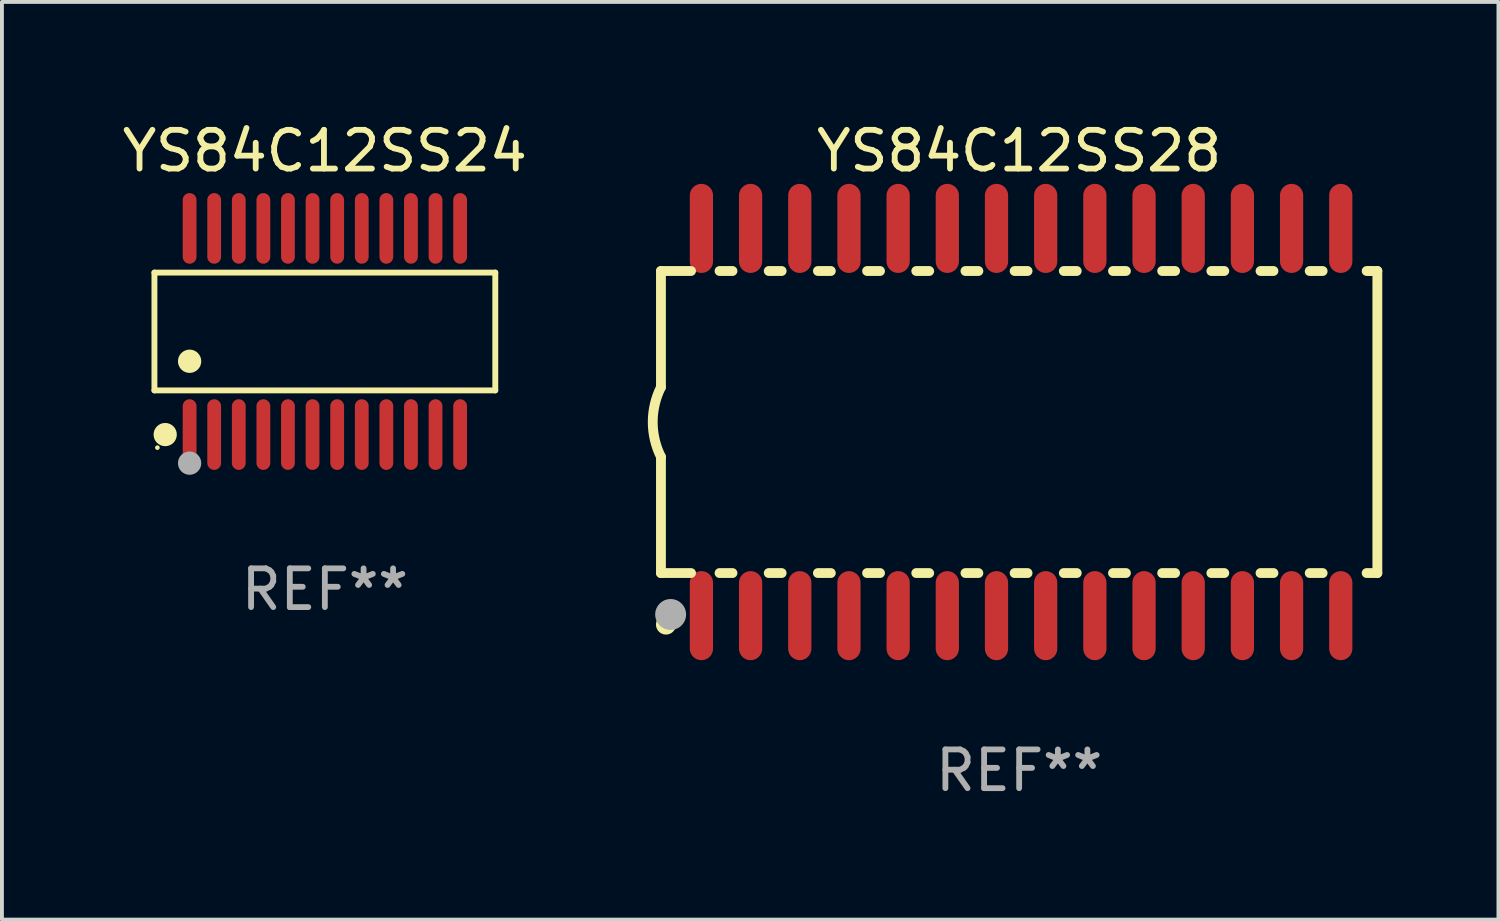
<source format=kicad_pcb>
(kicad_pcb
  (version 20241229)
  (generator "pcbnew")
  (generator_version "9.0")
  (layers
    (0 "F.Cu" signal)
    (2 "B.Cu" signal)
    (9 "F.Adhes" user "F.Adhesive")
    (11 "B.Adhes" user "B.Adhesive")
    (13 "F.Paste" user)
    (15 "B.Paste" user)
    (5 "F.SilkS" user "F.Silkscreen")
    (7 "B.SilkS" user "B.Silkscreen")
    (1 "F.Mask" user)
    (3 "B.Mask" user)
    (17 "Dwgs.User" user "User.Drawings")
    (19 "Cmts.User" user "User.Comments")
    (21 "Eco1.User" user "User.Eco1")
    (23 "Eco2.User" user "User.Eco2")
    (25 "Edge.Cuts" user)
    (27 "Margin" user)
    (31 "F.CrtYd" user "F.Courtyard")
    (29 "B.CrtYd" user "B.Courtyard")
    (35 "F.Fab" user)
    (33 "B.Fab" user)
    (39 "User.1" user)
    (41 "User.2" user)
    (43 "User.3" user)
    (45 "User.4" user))
  (footprint "YS84C12SS28"
    (layer "F.Cu")
    (at 23.268 7.848)
    (property "Reference" "YS84C12SS28" (at 0 -7 0) (layer "F.SilkS") (effects (font (size 1 1) (thickness 0.15))))
    (attr through_hole)
    (fp_line (start -9.25 -3.9) (end -9.25 -0.9) (stroke (width 0.254) (type solid)) (layer "F.SilkS"))
    (fp_line (start -9.25 -3.9) (end -8.473 -3.9) (stroke (width 0.254) (type solid)) (layer "F.SilkS"))
    (fp_line (start -9.25 3.9) (end -9.25 0.9) (stroke (width 0.254) (type solid)) (layer "F.SilkS"))
    (fp_line (start -9.25 3.9) (end -8.473 3.9) (stroke (width 0.254) (type solid)) (layer "F.SilkS"))
    (fp_line (start -7.737 -3.9) (end -7.403 -3.9) (stroke (width 0.254) (type solid)) (layer "F.SilkS"))
    (fp_line (start -7.737 3.9) (end -7.403 3.9) (stroke (width 0.254) (type solid)) (layer "F.SilkS"))
    (fp_line (start -6.467 3.9) (end -6.133 3.9) (stroke (width 0.254) (type solid)) (layer "F.SilkS"))
    (fp_line (start -6.467 -3.9) (end -6.133 -3.9) (stroke (width 0.254) (type solid)) (layer "F.SilkS"))
    (fp_line (start -5.197 3.9) (end -4.863 3.9) (stroke (width 0.254) (type solid)) (layer "F.SilkS"))
    (fp_line (start -5.197 -3.9) (end -4.863 -3.9) (stroke (width 0.254) (type solid)) (layer "F.SilkS"))
    (fp_line (start -3.927 3.9) (end -3.593 3.9) (stroke (width 0.254) (type solid)) (layer "F.SilkS"))
    (fp_line (start -3.927 -3.9) (end -3.593 -3.9) (stroke (width 0.254) (type solid)) (layer "F.SilkS"))
    (fp_line (start -2.657 3.9) (end -2.323 3.9) (stroke (width 0.254) (type solid)) (layer "F.SilkS"))
    (fp_line (start -2.657 -3.9) (end -2.323 -3.9) (stroke (width 0.254) (type solid)) (layer "F.SilkS"))
    (fp_line (start -1.387 3.9) (end -1.053 3.9) (stroke (width 0.254) (type solid)) (layer "F.SilkS"))
    (fp_line (start -1.387 -3.9) (end -1.053 -3.9) (stroke (width 0.254) (type solid)) (layer "F.SilkS"))
    (fp_line (start -0.117 3.9) (end 0.217 3.9) (stroke (width 0.254) (type solid)) (layer "F.SilkS"))
    (fp_line (start -0.117 -3.9) (end 0.217 -3.9) (stroke (width 0.254) (type solid)) (layer "F.SilkS"))
    (fp_line (start 1.153 3.9) (end 1.487 3.9) (stroke (width 0.254) (type solid)) (layer "F.SilkS"))
    (fp_line (start 1.153 -3.9) (end 1.487 -3.9) (stroke (width 0.254) (type solid)) (layer "F.SilkS"))
    (fp_line (start 2.423 3.9) (end 2.757 3.9) (stroke (width 0.254) (type solid)) (layer "F.SilkS"))
    (fp_line (start 2.423 -3.9) (end 2.757 -3.9) (stroke (width 0.254) (type solid)) (layer "F.SilkS"))
    (fp_line (start 3.693 3.9) (end 4.027 3.9) (stroke (width 0.254) (type solid)) (layer "F.SilkS"))
    (fp_line (start 3.693 -3.9) (end 4.027 -3.9) (stroke (width 0.254) (type solid)) (layer "F.SilkS"))
    (fp_line (start 4.963 3.9) (end 5.297 3.9) (stroke (width 0.254) (type solid)) (layer "F.SilkS"))
    (fp_line (start 4.963 -3.9) (end 5.297 -3.9) (stroke (width 0.254) (type solid)) (layer "F.SilkS"))
    (fp_line (start 6.233 3.9) (end 6.567 3.9) (stroke (width 0.254) (type solid)) (layer "F.SilkS"))
    (fp_line (start 6.233 -3.9) (end 6.567 -3.9) (stroke (width 0.254) (type solid)) (layer "F.SilkS"))
    (fp_line (start 7.503 -3.9) (end 7.837 -3.9) (stroke (width 0.254) (type solid)) (layer "F.SilkS"))
    (fp_line (start 7.503 3.9) (end 7.837 3.9) (stroke (width 0.254) (type solid)) (layer "F.SilkS"))
    (fp_line (start 8.973 -3.9) (end 9.05 -3.9) (stroke (width 0.254) (type solid)) (layer "F.SilkS"))
    (fp_line (start 8.973 3.9) (end 9.25 3.9) (stroke (width 0.254) (type solid)) (layer "F.SilkS"))
    (fp_line (start 9.05 -3.9) (end 9.25 -3.9) (stroke (width 0.254) (type solid)) (layer "F.SilkS"))
    (fp_line (start 9.25 -3.9) (end 9.25 3.9) (stroke (width 0.254) (type solid)) (layer "F.SilkS"))
    (fp_arc (start -9.249619 0.900432) (mid -9.462013 0.000246) (end -9.249873 -0.9) (stroke (width 0.254001) (type solid)) (layer "F.SilkS"))
    (fp_circle (center -9.2 5.3) (end -9.17 5.3) (stroke (width 0.06) (type solid)) (fill no) (layer "F.SilkS"))
    (fp_circle (center -9.12 5.23) (end -8.988 5.23) (stroke (width 0.254) (type solid)) (fill no) (layer "F.SilkS"))
    (fp_circle (center -9 4.97) (end -8.8 4.97) (stroke (width 0.4) (type solid)) (fill no) (layer "F.Fab"))
    (fp_text user "REF**" (at 0 9 0) (layer "F.Fab") (effects (font (size 1 1) (thickness 0.15))))
    (pad "1" smd oval (at -8.205 5) (size 0.6 2.3) (layers "F.Cu" "F.Mask" "F.Paste"))
    (pad "2" smd oval (at -6.935 5) (size 0.6 2.3) (layers "F.Cu" "F.Mask" "F.Paste"))
    (pad "3" smd oval (at -5.665 5) (size 0.6 2.3) (layers "F.Cu" "F.Mask" "F.Paste"))
    (pad "4" smd oval (at -4.395 5) (size 0.6 2.3) (layers "F.Cu" "F.Mask" "F.Paste"))
    (pad "5" smd oval (at -3.125 5) (size 0.6 2.3) (layers "F.Cu" "F.Mask" "F.Paste"))
    (pad "6" smd oval (at -1.855 5) (size 0.6 2.3) (layers "F.Cu" "F.Mask" "F.Paste"))
    (pad "7" smd oval (at -0.585 5) (size 0.6 2.3) (layers "F.Cu" "F.Mask" "F.Paste"))
    (pad "8" smd oval (at 0.685 5) (size 0.6 2.3) (layers "F.Cu" "F.Mask" "F.Paste"))
    (pad "9" smd oval (at 1.955 5) (size 0.6 2.3) (layers "F.Cu" "F.Mask" "F.Paste"))
    (pad "10" smd oval (at 3.225 5) (size 0.6 2.3) (layers "F.Cu" "F.Mask" "F.Paste"))
    (pad "11" smd oval (at 4.495 5) (size 0.6 2.3) (layers "F.Cu" "F.Mask" "F.Paste"))
    (pad "12" smd oval (at 5.765 5) (size 0.6 2.3) (layers "F.Cu" "F.Mask" "F.Paste"))
    (pad "13" smd oval (at 7.035 5) (size 0.6 2.3) (layers "F.Cu" "F.Mask" "F.Paste"))
    (pad "14" smd oval (at 8.305 5) (size 0.6 2.3) (layers "F.Cu" "F.Mask" "F.Paste"))
    (pad "15" smd oval (at 8.305 -5) (size 0.6 2.3) (layers "F.Cu" "F.Mask" "F.Paste"))
    (pad "16" smd oval (at 7.035 -5) (size 0.6 2.3) (layers "F.Cu" "F.Mask" "F.Paste"))
    (pad "17" smd oval (at 5.765 -5) (size 0.6 2.3) (layers "F.Cu" "F.Mask" "F.Paste"))
    (pad "18" smd oval (at 4.495 -5) (size 0.6 2.3) (layers "F.Cu" "F.Mask" "F.Paste"))
    (pad "19" smd oval (at 3.225 -5) (size 0.6 2.3) (layers "F.Cu" "F.Mask" "F.Paste"))
    (pad "20" smd oval (at 1.955 -5) (size 0.6 2.3) (layers "F.Cu" "F.Mask" "F.Paste"))
    (pad "21" smd oval (at 0.685 -5) (size 0.6 2.3) (layers "F.Cu" "F.Mask" "F.Paste"))
    (pad "22" smd oval (at -0.585 -5) (size 0.6 2.3) (layers "F.Cu" "F.Mask" "F.Paste"))
    (pad "23" smd oval (at -1.855 -5) (size 0.6 2.3) (layers "F.Cu" "F.Mask" "F.Paste"))
    (pad "24" smd oval (at -3.125 -5) (size 0.6 2.3) (layers "F.Cu" "F.Mask" "F.Paste"))
    (pad "25" smd oval (at -4.395 -5) (size 0.6 2.3) (layers "F.Cu" "F.Mask" "F.Paste"))
    (pad "26" smd oval (at -5.665 -5) (size 0.6 2.3) (layers "F.Cu" "F.Mask" "F.Paste"))
    (pad "27" smd oval (at -6.935 -5) (size 0.6 2.3) (layers "F.Cu" "F.Mask" "F.Paste"))
    (pad "28" smd oval (at -8.205 -5) (size 0.6 2.3) (layers "F.Cu" "F.Mask" "F.Paste")))
  (footprint "YS84C12SS24"
    (layer "F.Cu")
    (at 5.339 5.51)
    (property "Reference" "YS84C12SS24" (at 0 -4.662 0) (layer "F.SilkS") (effects (font (size 1 1) (thickness 0.15))))
    (attr through_hole)
    (fp_line (start -4.401 -1.521) (end 4.401 -1.521) (stroke (width 0.152) (type solid)) (layer "F.SilkS"))
    (fp_line (start -4.401 1.521) (end -4.401 -1.521) (stroke (width 0.152) (type solid)) (layer "F.SilkS"))
    (fp_line (start 4.401 -1.521) (end 4.401 1.521) (stroke (width 0.152) (type solid)) (layer "F.SilkS"))
    (fp_line (start 4.401 1.521) (end -4.401 1.521) (stroke (width 0.152) (type solid)) (layer "F.SilkS"))
    (fp_circle (center -4.325 3) (end -4.295 3) (stroke (width 0.06) (type solid)) (fill no) (layer "F.SilkS"))
    (fp_circle (center -4.123 2.662) (end -3.973 2.662) (stroke (width 0.3) (type solid)) (fill no) (layer "F.SilkS"))
    (fp_circle (center -3.493 0.769) (end -3.342 0.769) (stroke (width 0.3) (type solid)) (fill no) (layer "F.SilkS"))
    (fp_circle (center -3.493 3.4) (end -3.342 3.4) (stroke (width 0.3) (type solid)) (fill no) (layer "F.Fab"))
    (fp_text user "REF**" (at 0 6.662 0) (layer "F.Fab") (effects (font (size 1 1) (thickness 0.15))))
    (pad "1" smd oval (at -3.493 2.662) (size 0.356 1.824) (layers "F.Cu" "F.Mask" "F.Paste"))
    (pad "2" smd oval (at -2.858 2.662) (size 0.356 1.824) (layers "F.Cu" "F.Mask" "F.Paste"))
    (pad "3" smd oval (at -2.223 2.662) (size 0.356 1.824) (layers "F.Cu" "F.Mask" "F.Paste"))
    (pad "4" smd oval (at -1.588 2.662) (size 0.356 1.824) (layers "F.Cu" "F.Mask" "F.Paste"))
    (pad "5" smd oval (at -0.953 2.662) (size 0.356 1.824) (layers "F.Cu" "F.Mask" "F.Paste"))
    (pad "6" smd oval (at -0.318 2.662) (size 0.356 1.824) (layers "F.Cu" "F.Mask" "F.Paste"))
    (pad "7" smd oval (at 0.318 2.662) (size 0.356 1.824) (layers "F.Cu" "F.Mask" "F.Paste"))
    (pad "8" smd oval (at 0.953 2.662) (size 0.356 1.824) (layers "F.Cu" "F.Mask" "F.Paste"))
    (pad "9" smd oval (at 1.588 2.662) (size 0.356 1.824) (layers "F.Cu" "F.Mask" "F.Paste"))
    (pad "10" smd oval (at 2.223 2.662) (size 0.356 1.824) (layers "F.Cu" "F.Mask" "F.Paste"))
    (pad "11" smd oval (at 2.858 2.662) (size 0.356 1.824) (layers "F.Cu" "F.Mask" "F.Paste"))
    (pad "12" smd oval (at 3.493 2.662) (size 0.356 1.824) (layers "F.Cu" "F.Mask" "F.Paste"))
    (pad "13" smd oval (at 3.493 -2.662) (size 0.356 1.824) (layers "F.Cu" "F.Mask" "F.Paste"))
    (pad "14" smd oval (at 2.858 -2.662) (size 0.356 1.824) (layers "F.Cu" "F.Mask" "F.Paste"))
    (pad "15" smd oval (at 2.223 -2.662) (size 0.356 1.824) (layers "F.Cu" "F.Mask" "F.Paste"))
    (pad "16" smd oval (at 1.588 -2.662) (size 0.356 1.824) (layers "F.Cu" "F.Mask" "F.Paste"))
    (pad "17" smd oval (at 0.953 -2.662) (size 0.356 1.824) (layers "F.Cu" "F.Mask" "F.Paste"))
    (pad "18" smd oval (at 0.318 -2.662) (size 0.356 1.824) (layers "F.Cu" "F.Mask" "F.Paste"))
    (pad "19" smd oval (at -0.318 -2.662) (size 0.356 1.824) (layers "F.Cu" "F.Mask" "F.Paste"))
    (pad "20" smd oval (at -0.953 -2.662) (size 0.356 1.824) (layers "F.Cu" "F.Mask" "F.Paste"))
    (pad "21" smd oval (at -1.588 -2.662) (size 0.356 1.824) (layers "F.Cu" "F.Mask" "F.Paste"))
    (pad "22" smd oval (at -2.223 -2.662) (size 0.356 1.824) (layers "F.Cu" "F.Mask" "F.Paste"))
    (pad "23" smd oval (at -2.858 -2.662) (size 0.356 1.824) (layers "F.Cu" "F.Mask" "F.Paste"))
    (pad "24" smd oval (at -3.493 -2.662) (size 0.356 1.824) (layers "F.Cu" "F.Mask" "F.Paste")))
  (gr_rect
    (start -3 -3)
    (end 35.645 20.697)
    (stroke (width 0.1) (type default))
    (fill no)
    (layer "Edge.Cuts")))
</source>
